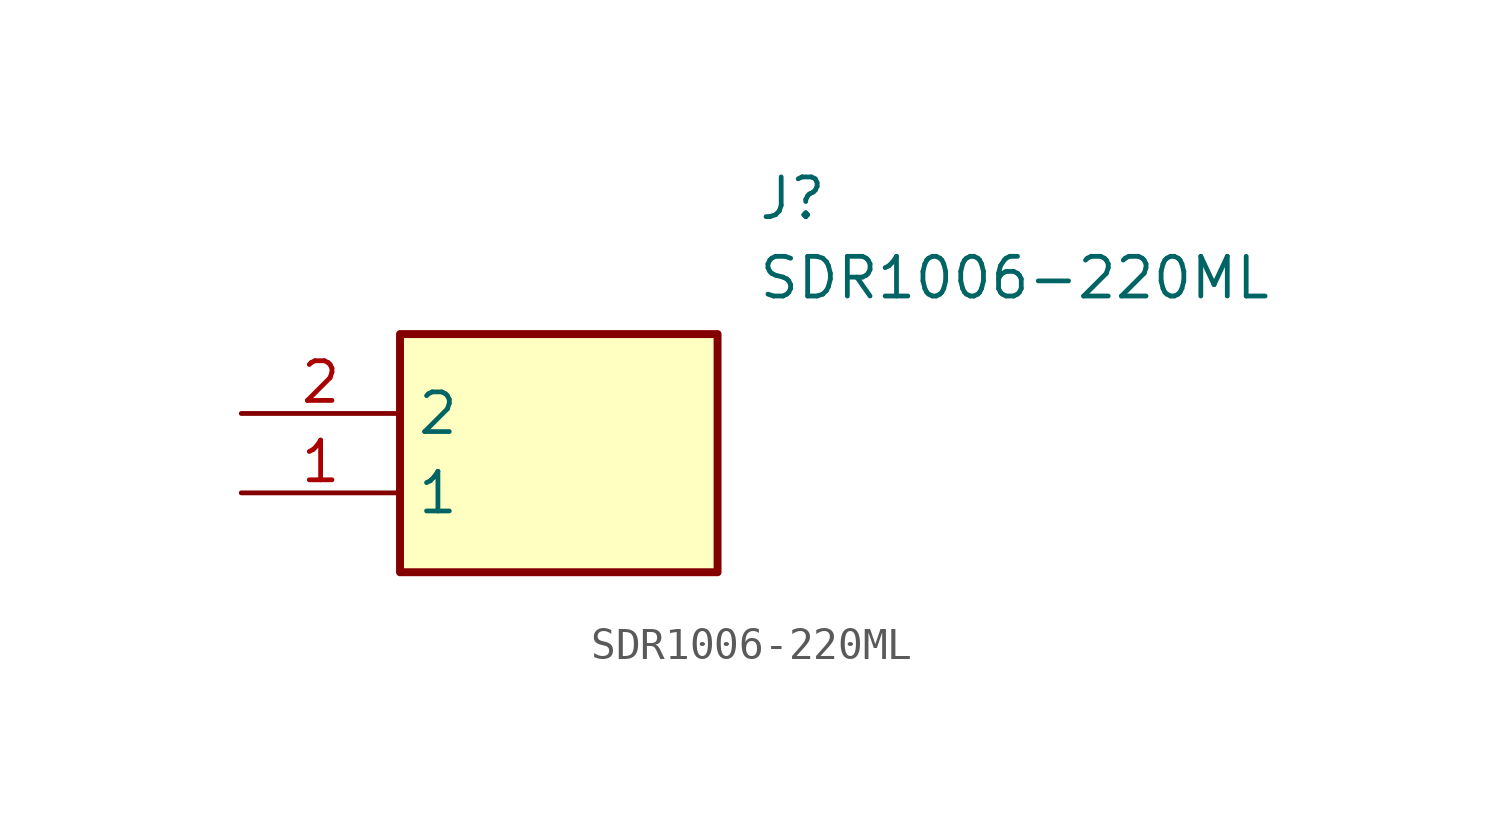
<source format=kicad_sym>
(kicad_symbol_lib
  (version 20211014)
  (generator SamacSys_ECAD_Model)
  (symbol "SDR1006-220ML"
    (property "Reference" "J"
      (at 16.51 7.62 0)
      (effects (font (size 1.27 1.27)) (justify left top)))
    (property "Value" "SDR1006-220ML"
      (at 16.51 5.08 0)
      (effects (font (size 1.27 1.27)) (justify left top)))
    (rectangle
      (start 5.08 2.54)
      (end 15.24 -5.08)
      (stroke (width 0.254) (type default))
      (fill (type background)))
    (pin passive line
      (at 0 -2.54 0)
      (length 5.08)
      (name "1" (effects (font (size 1.27 1.27))))
      (number "1" (effects (font (size 1.27 1.27)))))
    (pin passive line
      (at 0 0 0)
      (length 5.08)
      (name "2" (effects (font (size 1.27 1.27))))
      (number "2" (effects (font (size 1.27 1.27)))))))
</source>
